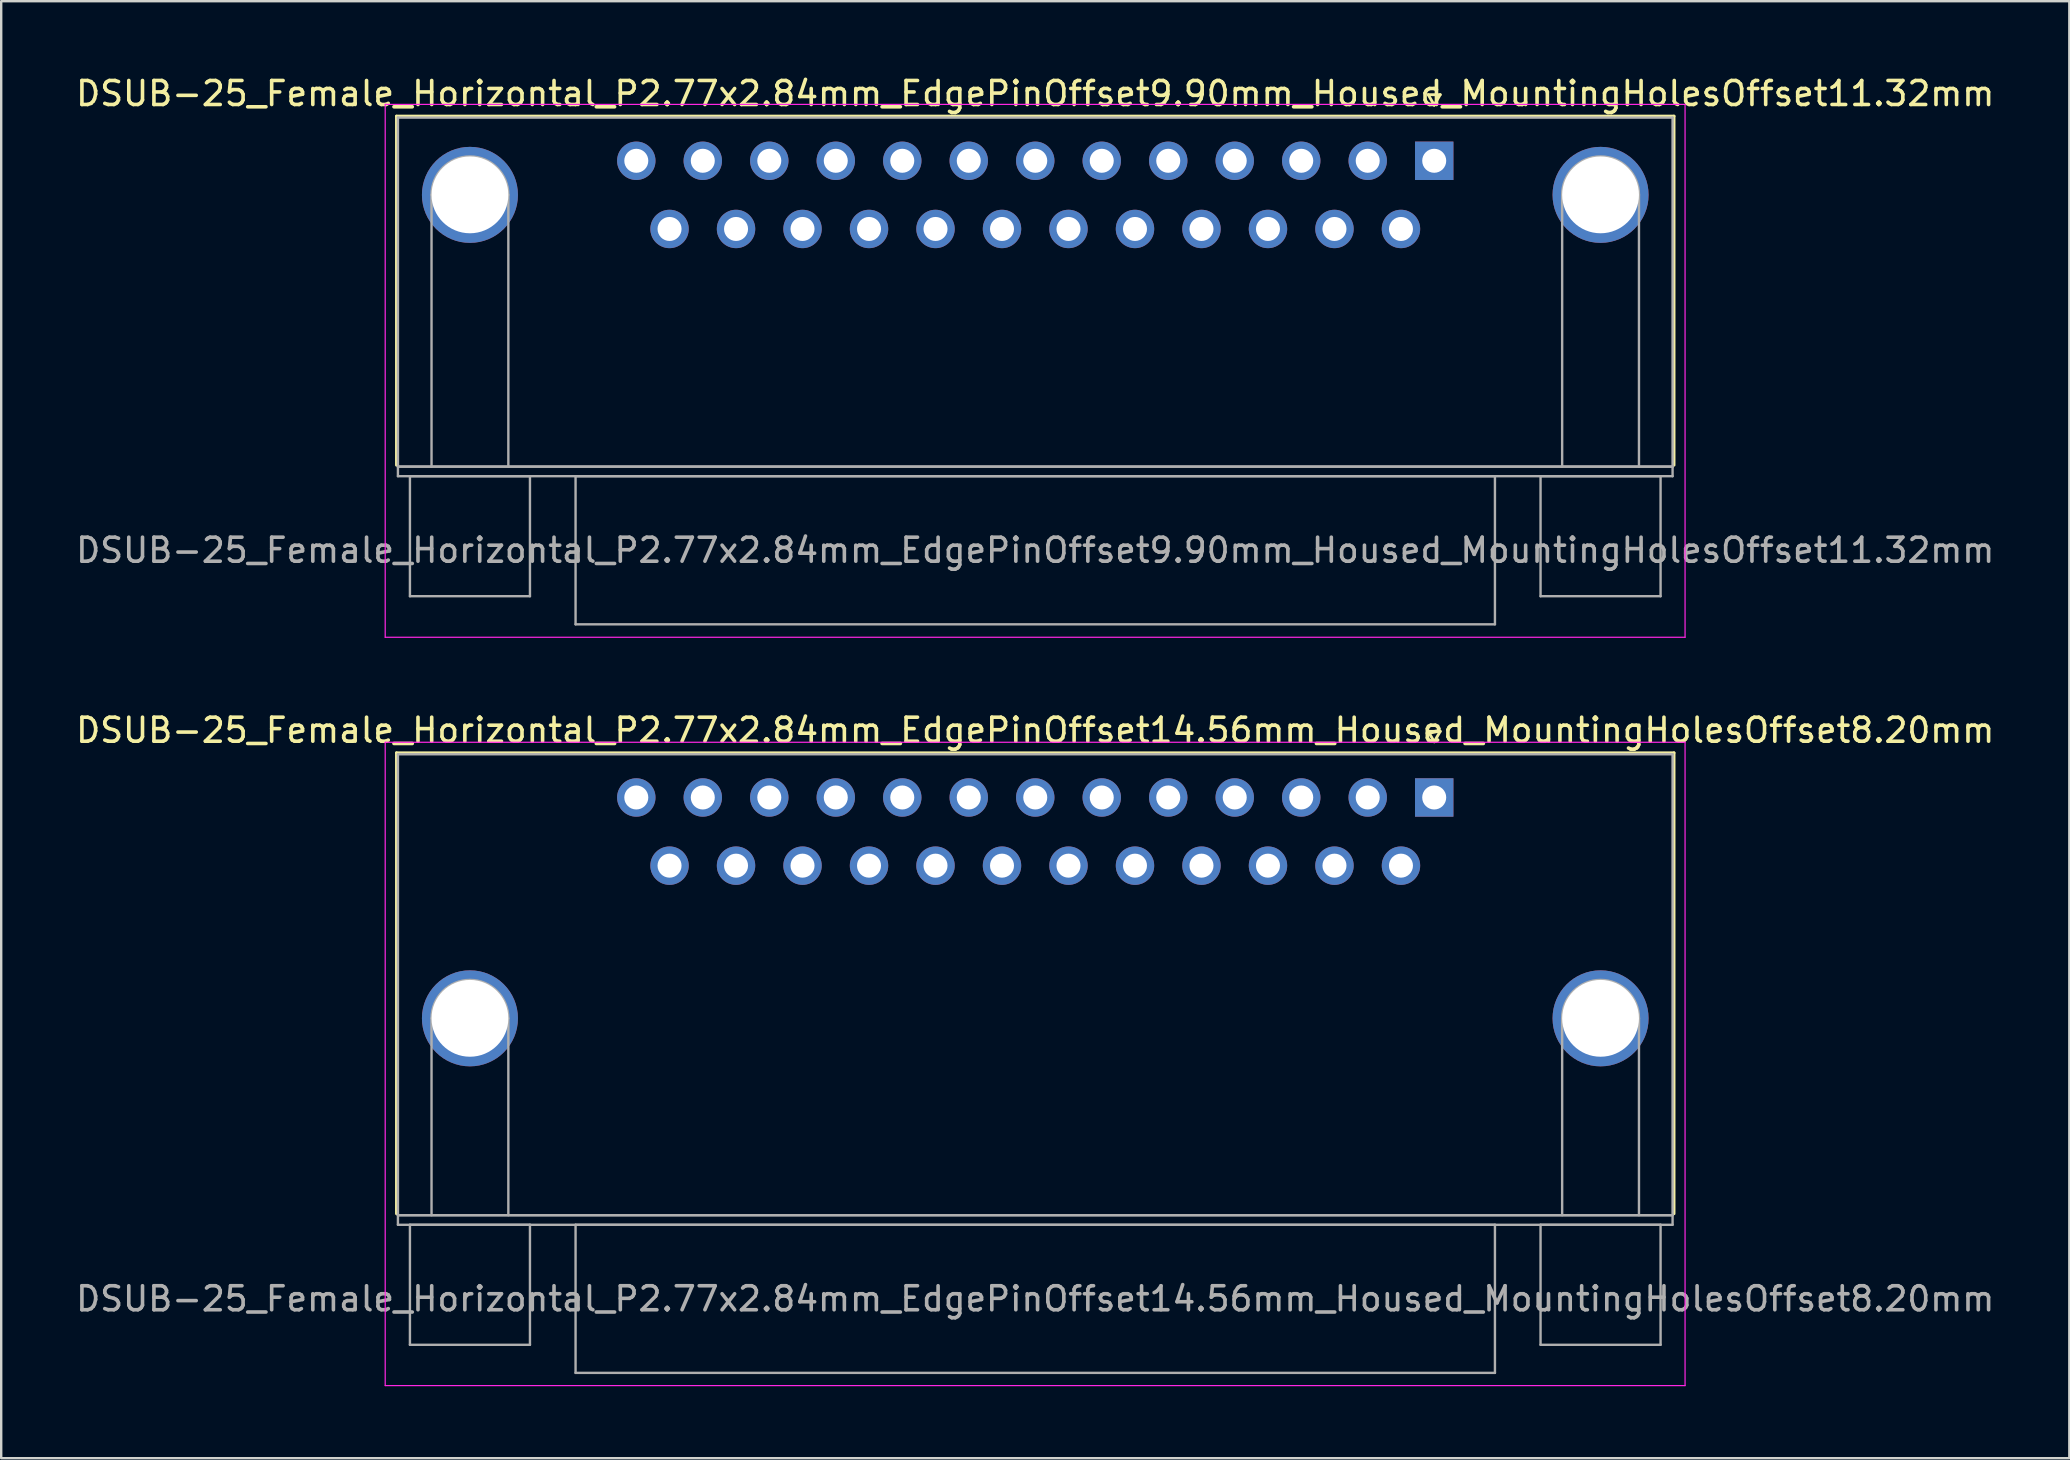
<source format=kicad_pcb>
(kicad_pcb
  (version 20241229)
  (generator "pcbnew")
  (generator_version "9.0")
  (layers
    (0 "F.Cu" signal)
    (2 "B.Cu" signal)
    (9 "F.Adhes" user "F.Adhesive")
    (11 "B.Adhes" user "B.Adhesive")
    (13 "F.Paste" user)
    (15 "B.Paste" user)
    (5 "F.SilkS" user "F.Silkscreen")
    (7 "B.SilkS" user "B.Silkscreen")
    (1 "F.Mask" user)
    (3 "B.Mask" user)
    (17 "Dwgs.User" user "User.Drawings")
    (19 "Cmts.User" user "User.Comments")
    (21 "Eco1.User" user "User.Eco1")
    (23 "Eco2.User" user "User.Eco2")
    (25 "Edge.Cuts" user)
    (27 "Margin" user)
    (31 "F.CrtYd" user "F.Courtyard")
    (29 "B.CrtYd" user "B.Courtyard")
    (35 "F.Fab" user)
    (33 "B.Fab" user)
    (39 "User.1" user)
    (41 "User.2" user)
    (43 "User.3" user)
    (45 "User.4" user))
  (footprint "DSUB-25_Female_Horizontal_P2.77x2.84mm_EdgePinOffset9.90mm_Housed_MountingHolesOffset11.32mm"
    (layer "F.Cu")
    (at 56.697 3.648)
    (property "Reference" "DSUB-25_Female_Horizontal_P2.77x2.84mm_EdgePinOffset9.90mm_Housed_MountingHolesOffset11.32mm" (at -16.62 -2.8 0) (layer "F.SilkS") (effects (font (size 1 1) (thickness 0.15))))
    (attr through_hole)
    (fp_line (start -43.23 -1.86) (end 9.99 -1.86) (stroke (width 0.12) (type solid)) (layer "F.SilkS"))
    (fp_line (start -43.23 12.68) (end -43.23 -1.86) (stroke (width 0.12) (type solid)) (layer "F.SilkS"))
    (fp_line (start -0.25 -2.754) (end 0.25 -2.754) (stroke (width 0.12) (type solid)) (layer "F.SilkS"))
    (fp_line (start 0 -2.321) (end -0.25 -2.754) (stroke (width 0.12) (type solid)) (layer "F.SilkS"))
    (fp_line (start 0.25 -2.754) (end 0 -2.321) (stroke (width 0.12) (type solid)) (layer "F.SilkS"))
    (fp_line (start 9.99 -1.86) (end 9.99 12.68) (stroke (width 0.12) (type solid)) (layer "F.SilkS"))
    (fp_line (start -43.7 -2.35) (end -43.7 19.85) (stroke (width 0.05) (type solid)) (layer "F.CrtYd"))
    (fp_line (start -43.7 19.85) (end 10.45 19.85) (stroke (width 0.05) (type solid)) (layer "F.CrtYd"))
    (fp_line (start 10.45 -2.35) (end -43.7 -2.35) (stroke (width 0.05) (type solid)) (layer "F.CrtYd"))
    (fp_line (start 10.45 19.85) (end 10.45 -2.35) (stroke (width 0.05) (type solid)) (layer "F.CrtYd"))
    (fp_line (start -43.17 -1.8) (end -43.17 12.74) (stroke (width 0.1) (type solid)) (layer "F.Fab"))
    (fp_line (start -43.17 12.74) (end -43.17 13.14) (stroke (width 0.1) (type solid)) (layer "F.Fab"))
    (fp_line (start -43.17 12.74) (end 9.93 12.74) (stroke (width 0.1) (type solid)) (layer "F.Fab"))
    (fp_line (start -43.17 13.14) (end 9.93 13.14) (stroke (width 0.1) (type solid)) (layer "F.Fab"))
    (fp_line (start -42.67 13.14) (end -42.67 18.14) (stroke (width 0.1) (type solid)) (layer "F.Fab"))
    (fp_line (start -42.67 18.14) (end -37.67 18.14) (stroke (width 0.1) (type solid)) (layer "F.Fab"))
    (fp_line (start -41.77 12.74) (end -41.77 1.42) (stroke (width 0.1) (type solid)) (layer "F.Fab"))
    (fp_line (start -38.57 12.74) (end -38.57 1.42) (stroke (width 0.1) (type solid)) (layer "F.Fab"))
    (fp_line (start -37.67 13.14) (end -42.67 13.14) (stroke (width 0.1) (type solid)) (layer "F.Fab"))
    (fp_line (start -37.67 18.14) (end -37.67 13.14) (stroke (width 0.1) (type solid)) (layer "F.Fab"))
    (fp_line (start -35.77 13.14) (end -35.77 19.31) (stroke (width 0.1) (type solid)) (layer "F.Fab"))
    (fp_line (start -35.77 19.31) (end 2.53 19.31) (stroke (width 0.1) (type solid)) (layer "F.Fab"))
    (fp_line (start 2.53 13.14) (end -35.77 13.14) (stroke (width 0.1) (type solid)) (layer "F.Fab"))
    (fp_line (start 2.53 19.31) (end 2.53 13.14) (stroke (width 0.1) (type solid)) (layer "F.Fab"))
    (fp_line (start 4.43 13.14) (end 4.43 18.14) (stroke (width 0.1) (type solid)) (layer "F.Fab"))
    (fp_line (start 4.43 18.14) (end 9.43 18.14) (stroke (width 0.1) (type solid)) (layer "F.Fab"))
    (fp_line (start 5.33 12.74) (end 5.33 1.42) (stroke (width 0.1) (type solid)) (layer "F.Fab"))
    (fp_line (start 8.53 12.74) (end 8.53 1.42) (stroke (width 0.1) (type solid)) (layer "F.Fab"))
    (fp_line (start 9.43 13.14) (end 4.43 13.14) (stroke (width 0.1) (type solid)) (layer "F.Fab"))
    (fp_line (start 9.43 18.14) (end 9.43 13.14) (stroke (width 0.1) (type solid)) (layer "F.Fab"))
    (fp_line (start 9.93 -1.8) (end -43.17 -1.8) (stroke (width 0.1) (type solid)) (layer "F.Fab"))
    (fp_line (start 9.93 12.74) (end -43.17 12.74) (stroke (width 0.1) (type solid)) (layer "F.Fab"))
    (fp_line (start 9.93 12.74) (end 9.93 -1.8) (stroke (width 0.1) (type solid)) (layer "F.Fab"))
    (fp_line (start 9.93 13.14) (end 9.93 12.74) (stroke (width 0.1) (type solid)) (layer "F.Fab"))
    (fp_arc (start -41.77 1.42) (mid -40.17 -0.18) (end -38.57 1.42) (stroke (width 0.1) (type solid)) (layer "F.Fab"))
    (fp_arc (start 5.33 1.42) (mid 6.93 -0.18) (end 8.53 1.42) (stroke (width 0.1) (type solid)) (layer "F.Fab"))
    (fp_text user "${REFERENCE}" (at -16.62 16.225 0) (layer "F.Fab") (effects (font (size 1 1) (thickness 0.15))))
    (pad "0" thru_hole circle (at -40.17 1.42) (size 4 4) (drill 3.2) (layers "*.Cu" "*.Mask"))
    (pad "0" thru_hole circle (at 6.93 1.42) (size 4 4) (drill 3.2) (layers "*.Cu" "*.Mask"))
    (pad "1" thru_hole rect (at 0 0) (size 1.6 1.6) (drill 1) (layers "*.Cu" "*.Mask"))
    (pad "2" thru_hole circle (at -2.77 0) (size 1.6 1.6) (drill 1) (layers "*.Cu" "*.Mask"))
    (pad "3" thru_hole circle (at -5.54 0) (size 1.6 1.6) (drill 1) (layers "*.Cu" "*.Mask"))
    (pad "4" thru_hole circle (at -8.31 0) (size 1.6 1.6) (drill 1) (layers "*.Cu" "*.Mask"))
    (pad "5" thru_hole circle (at -11.08 0) (size 1.6 1.6) (drill 1) (layers "*.Cu" "*.Mask"))
    (pad "6" thru_hole circle (at -13.85 0) (size 1.6 1.6) (drill 1) (layers "*.Cu" "*.Mask"))
    (pad "7" thru_hole circle (at -16.62 0) (size 1.6 1.6) (drill 1) (layers "*.Cu" "*.Mask"))
    (pad "8" thru_hole circle (at -19.39 0) (size 1.6 1.6) (drill 1) (layers "*.Cu" "*.Mask"))
    (pad "9" thru_hole circle (at -22.16 0) (size 1.6 1.6) (drill 1) (layers "*.Cu" "*.Mask"))
    (pad "10" thru_hole circle (at -24.93 0) (size 1.6 1.6) (drill 1) (layers "*.Cu" "*.Mask"))
    (pad "11" thru_hole circle (at -27.7 0) (size 1.6 1.6) (drill 1) (layers "*.Cu" "*.Mask"))
    (pad "12" thru_hole circle (at -30.47 0) (size 1.6 1.6) (drill 1) (layers "*.Cu" "*.Mask"))
    (pad "13" thru_hole circle (at -33.24 0) (size 1.6 1.6) (drill 1) (layers "*.Cu" "*.Mask"))
    (pad "14" thru_hole circle (at -1.385 2.84) (size 1.6 1.6) (drill 1) (layers "*.Cu" "*.Mask"))
    (pad "15" thru_hole circle (at -4.155 2.84) (size 1.6 1.6) (drill 1) (layers "*.Cu" "*.Mask"))
    (pad "16" thru_hole circle (at -6.925 2.84) (size 1.6 1.6) (drill 1) (layers "*.Cu" "*.Mask"))
    (pad "17" thru_hole circle (at -9.695 2.84) (size 1.6 1.6) (drill 1) (layers "*.Cu" "*.Mask"))
    (pad "18" thru_hole circle (at -12.465 2.84) (size 1.6 1.6) (drill 1) (layers "*.Cu" "*.Mask"))
    (pad "19" thru_hole circle (at -15.235 2.84) (size 1.6 1.6) (drill 1) (layers "*.Cu" "*.Mask"))
    (pad "20" thru_hole circle (at -18.005 2.84) (size 1.6 1.6) (drill 1) (layers "*.Cu" "*.Mask"))
    (pad "21" thru_hole circle (at -20.775 2.84) (size 1.6 1.6) (drill 1) (layers "*.Cu" "*.Mask"))
    (pad "22" thru_hole circle (at -23.545 2.84) (size 1.6 1.6) (drill 1) (layers "*.Cu" "*.Mask"))
    (pad "23" thru_hole circle (at -26.315 2.84) (size 1.6 1.6) (drill 1) (layers "*.Cu" "*.Mask"))
    (pad "24" thru_hole circle (at -29.085 2.84) (size 1.6 1.6) (drill 1) (layers "*.Cu" "*.Mask"))
    (pad "25" thru_hole circle (at -31.855 2.84) (size 1.6 1.6) (drill 1) (layers "*.Cu" "*.Mask")))
  (footprint "DSUB-25_Female_Horizontal_P2.77x2.84mm_EdgePinOffset14.56mm_Housed_MountingHolesOffset8.20mm"
    (layer "F.Cu")
    (at 56.697 30.172)
    (property "Reference" "DSUB-25_Female_Horizontal_P2.77x2.84mm_EdgePinOffset14.56mm_Housed_MountingHolesOffset8.20mm" (at -16.62 -2.8 0) (layer "F.SilkS") (effects (font (size 1 1) (thickness 0.15))))
    (attr through_hole)
    (fp_line (start -43.23 -1.86) (end 9.99 -1.86) (stroke (width 0.12) (type solid)) (layer "F.SilkS"))
    (fp_line (start -43.23 17.34) (end -43.23 -1.86) (stroke (width 0.12) (type solid)) (layer "F.SilkS"))
    (fp_line (start -0.25 -2.754) (end 0.25 -2.754) (stroke (width 0.12) (type solid)) (layer "F.SilkS"))
    (fp_line (start 0 -2.321) (end -0.25 -2.754) (stroke (width 0.12) (type solid)) (layer "F.SilkS"))
    (fp_line (start 0.25 -2.754) (end 0 -2.321) (stroke (width 0.12) (type solid)) (layer "F.SilkS"))
    (fp_line (start 9.99 -1.86) (end 9.99 17.34) (stroke (width 0.12) (type solid)) (layer "F.SilkS"))
    (fp_line (start -43.7 -2.3) (end -43.7 24.5) (stroke (width 0.05) (type solid)) (layer "F.CrtYd"))
    (fp_line (start -43.7 24.5) (end 10.45 24.5) (stroke (width 0.05) (type solid)) (layer "F.CrtYd"))
    (fp_line (start 10.45 -2.3) (end -43.7 -2.3) (stroke (width 0.05) (type solid)) (layer "F.CrtYd"))
    (fp_line (start 10.45 24.5) (end 10.45 -2.3) (stroke (width 0.05) (type solid)) (layer "F.CrtYd"))
    (fp_line (start -43.17 -1.8) (end -43.17 17.4) (stroke (width 0.1) (type solid)) (layer "F.Fab"))
    (fp_line (start -43.17 17.4) (end -43.17 17.8) (stroke (width 0.1) (type solid)) (layer "F.Fab"))
    (fp_line (start -43.17 17.4) (end 9.93 17.4) (stroke (width 0.1) (type solid)) (layer "F.Fab"))
    (fp_line (start -43.17 17.8) (end 9.93 17.8) (stroke (width 0.1) (type solid)) (layer "F.Fab"))
    (fp_line (start -42.67 17.8) (end -42.67 22.8) (stroke (width 0.1) (type solid)) (layer "F.Fab"))
    (fp_line (start -42.67 22.8) (end -37.67 22.8) (stroke (width 0.1) (type solid)) (layer "F.Fab"))
    (fp_line (start -41.77 17.4) (end -41.77 9.2) (stroke (width 0.1) (type solid)) (layer "F.Fab"))
    (fp_line (start -38.57 17.4) (end -38.57 9.2) (stroke (width 0.1) (type solid)) (layer "F.Fab"))
    (fp_line (start -37.67 17.8) (end -42.67 17.8) (stroke (width 0.1) (type solid)) (layer "F.Fab"))
    (fp_line (start -37.67 22.8) (end -37.67 17.8) (stroke (width 0.1) (type solid)) (layer "F.Fab"))
    (fp_line (start -35.77 17.8) (end -35.77 23.97) (stroke (width 0.1) (type solid)) (layer "F.Fab"))
    (fp_line (start -35.77 23.97) (end 2.53 23.97) (stroke (width 0.1) (type solid)) (layer "F.Fab"))
    (fp_line (start 2.53 17.8) (end -35.77 17.8) (stroke (width 0.1) (type solid)) (layer "F.Fab"))
    (fp_line (start 2.53 23.97) (end 2.53 17.8) (stroke (width 0.1) (type solid)) (layer "F.Fab"))
    (fp_line (start 4.43 17.8) (end 4.43 22.8) (stroke (width 0.1) (type solid)) (layer "F.Fab"))
    (fp_line (start 4.43 22.8) (end 9.43 22.8) (stroke (width 0.1) (type solid)) (layer "F.Fab"))
    (fp_line (start 5.33 17.4) (end 5.33 9.2) (stroke (width 0.1) (type solid)) (layer "F.Fab"))
    (fp_line (start 8.53 17.4) (end 8.53 9.2) (stroke (width 0.1) (type solid)) (layer "F.Fab"))
    (fp_line (start 9.43 17.8) (end 4.43 17.8) (stroke (width 0.1) (type solid)) (layer "F.Fab"))
    (fp_line (start 9.43 22.8) (end 9.43 17.8) (stroke (width 0.1) (type solid)) (layer "F.Fab"))
    (fp_line (start 9.93 -1.8) (end -43.17 -1.8) (stroke (width 0.1) (type solid)) (layer "F.Fab"))
    (fp_line (start 9.93 17.4) (end -43.17 17.4) (stroke (width 0.1) (type solid)) (layer "F.Fab"))
    (fp_line (start 9.93 17.4) (end 9.93 -1.8) (stroke (width 0.1) (type solid)) (layer "F.Fab"))
    (fp_line (start 9.93 17.8) (end 9.93 17.4) (stroke (width 0.1) (type solid)) (layer "F.Fab"))
    (fp_arc (start -41.77 9.2) (mid -40.17 7.6) (end -38.57 9.2) (stroke (width 0.1) (type solid)) (layer "F.Fab"))
    (fp_arc (start 5.33 9.2) (mid 6.93 7.6) (end 8.53 9.2) (stroke (width 0.1) (type solid)) (layer "F.Fab"))
    (fp_text user "${REFERENCE}" (at -16.62 20.885 0) (layer "F.Fab") (effects (font (size 1 1) (thickness 0.15))))
    (pad "0" thru_hole circle (at -40.17 9.2) (size 4 4) (drill 3.2) (layers "*.Cu" "*.Mask"))
    (pad "0" thru_hole circle (at 6.93 9.2) (size 4 4) (drill 3.2) (layers "*.Cu" "*.Mask"))
    (pad "1" thru_hole rect (at 0 0) (size 1.6 1.6) (drill 1) (layers "*.Cu" "*.Mask"))
    (pad "2" thru_hole circle (at -2.77 0) (size 1.6 1.6) (drill 1) (layers "*.Cu" "*.Mask"))
    (pad "3" thru_hole circle (at -5.54 0) (size 1.6 1.6) (drill 1) (layers "*.Cu" "*.Mask"))
    (pad "4" thru_hole circle (at -8.31 0) (size 1.6 1.6) (drill 1) (layers "*.Cu" "*.Mask"))
    (pad "5" thru_hole circle (at -11.08 0) (size 1.6 1.6) (drill 1) (layers "*.Cu" "*.Mask"))
    (pad "6" thru_hole circle (at -13.85 0) (size 1.6 1.6) (drill 1) (layers "*.Cu" "*.Mask"))
    (pad "7" thru_hole circle (at -16.62 0) (size 1.6 1.6) (drill 1) (layers "*.Cu" "*.Mask"))
    (pad "8" thru_hole circle (at -19.39 0) (size 1.6 1.6) (drill 1) (layers "*.Cu" "*.Mask"))
    (pad "9" thru_hole circle (at -22.16 0) (size 1.6 1.6) (drill 1) (layers "*.Cu" "*.Mask"))
    (pad "10" thru_hole circle (at -24.93 0) (size 1.6 1.6) (drill 1) (layers "*.Cu" "*.Mask"))
    (pad "11" thru_hole circle (at -27.7 0) (size 1.6 1.6) (drill 1) (layers "*.Cu" "*.Mask"))
    (pad "12" thru_hole circle (at -30.47 0) (size 1.6 1.6) (drill 1) (layers "*.Cu" "*.Mask"))
    (pad "13" thru_hole circle (at -33.24 0) (size 1.6 1.6) (drill 1) (layers "*.Cu" "*.Mask"))
    (pad "14" thru_hole circle (at -1.385 2.84) (size 1.6 1.6) (drill 1) (layers "*.Cu" "*.Mask"))
    (pad "15" thru_hole circle (at -4.155 2.84) (size 1.6 1.6) (drill 1) (layers "*.Cu" "*.Mask"))
    (pad "16" thru_hole circle (at -6.925 2.84) (size 1.6 1.6) (drill 1) (layers "*.Cu" "*.Mask"))
    (pad "17" thru_hole circle (at -9.695 2.84) (size 1.6 1.6) (drill 1) (layers "*.Cu" "*.Mask"))
    (pad "18" thru_hole circle (at -12.465 2.84) (size 1.6 1.6) (drill 1) (layers "*.Cu" "*.Mask"))
    (pad "19" thru_hole circle (at -15.235 2.84) (size 1.6 1.6) (drill 1) (layers "*.Cu" "*.Mask"))
    (pad "20" thru_hole circle (at -18.005 2.84) (size 1.6 1.6) (drill 1) (layers "*.Cu" "*.Mask"))
    (pad "21" thru_hole circle (at -20.775 2.84) (size 1.6 1.6) (drill 1) (layers "*.Cu" "*.Mask"))
    (pad "22" thru_hole circle (at -23.545 2.84) (size 1.6 1.6) (drill 1) (layers "*.Cu" "*.Mask"))
    (pad "23" thru_hole circle (at -26.315 2.84) (size 1.6 1.6) (drill 1) (layers "*.Cu" "*.Mask"))
    (pad "24" thru_hole circle (at -29.085 2.84) (size 1.6 1.6) (drill 1) (layers "*.Cu" "*.Mask"))
    (pad "25" thru_hole circle (at -31.855 2.84) (size 1.6 1.6) (drill 1) (layers "*.Cu" "*.Mask")))
  (gr_rect
    (start -3 -3)
    (end 83.155 57.697)
    (stroke (width 0.1) (type default))
    (fill no)
    (layer "Edge.Cuts")))
</source>
